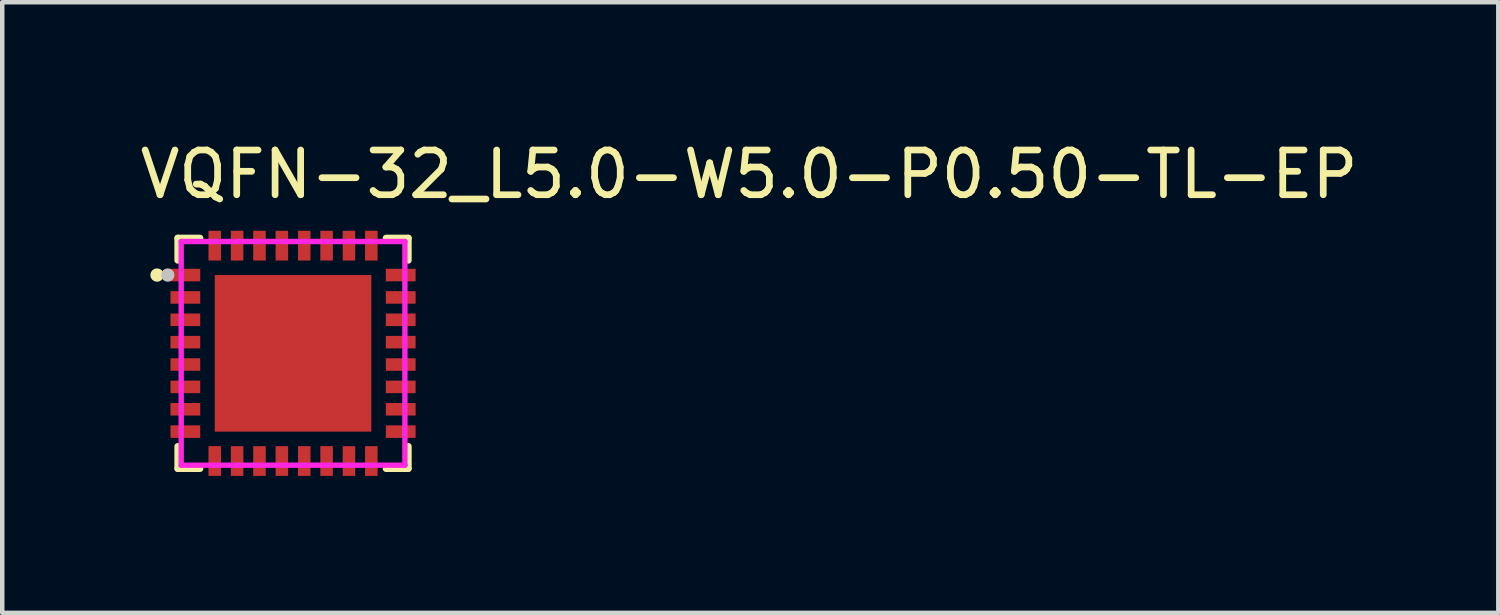
<source format=kicad_pcb>
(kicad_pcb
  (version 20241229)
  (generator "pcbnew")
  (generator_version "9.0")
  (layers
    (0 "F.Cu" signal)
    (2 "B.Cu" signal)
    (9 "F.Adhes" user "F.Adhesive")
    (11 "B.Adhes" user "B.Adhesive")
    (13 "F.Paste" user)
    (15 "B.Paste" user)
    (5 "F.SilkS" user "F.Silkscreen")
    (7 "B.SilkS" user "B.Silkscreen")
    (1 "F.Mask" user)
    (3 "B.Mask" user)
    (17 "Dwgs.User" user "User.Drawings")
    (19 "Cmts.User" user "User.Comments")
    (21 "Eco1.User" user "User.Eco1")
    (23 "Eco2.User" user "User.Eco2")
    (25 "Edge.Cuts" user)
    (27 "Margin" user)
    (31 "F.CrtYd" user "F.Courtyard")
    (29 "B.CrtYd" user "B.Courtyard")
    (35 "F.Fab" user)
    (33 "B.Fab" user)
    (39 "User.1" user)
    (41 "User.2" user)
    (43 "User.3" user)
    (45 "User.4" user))
  (footprint "VQFN-32_L5.0-W5.0-P0.50-TL-EP"
    (layer "F.Cu")
    (at 3.5 4.848)
    (property "Reference" "VQFN-32_L5.0-W5.0-P0.50-TL-EP" (at -3.5 -4 0) (layer "F.SilkS") (effects (font (size 1 1) (thickness 0.15)) (justify left)))
    (attr through_hole)
    (fp_line (start -2.576 -2.576) (end -2.576 -2.08) (stroke (width 0.152) (type solid)) (layer "F.SilkS"))
    (fp_line (start -2.576 2.576) (end -2.576 2.08) (stroke (width 0.152) (type solid)) (layer "F.SilkS"))
    (fp_line (start -2.08 -2.576) (end -2.576 -2.576) (stroke (width 0.152) (type solid)) (layer "F.SilkS"))
    (fp_line (start -2.08 2.576) (end -2.576 2.576) (stroke (width 0.152) (type solid)) (layer "F.SilkS"))
    (fp_line (start 2.08 -2.576) (end 2.576 -2.576) (stroke (width 0.152) (type solid)) (layer "F.SilkS"))
    (fp_line (start 2.08 2.576) (end 2.576 2.576) (stroke (width 0.152) (type solid)) (layer "F.SilkS"))
    (fp_line (start 2.576 -2.576) (end 2.576 -2.08) (stroke (width 0.152) (type solid)) (layer "F.SilkS"))
    (fp_line (start 2.576 2.576) (end 2.576 2.08) (stroke (width 0.152) (type solid)) (layer "F.SilkS"))
    (fp_circle (center -3.04 -1.75) (end -2.965 -1.75) (stroke (width 0.15) (type solid)) (fill no) (layer "F.SilkS"))
    (fp_poly (pts (xy -2.74 -1.89) (xy -2.74 -1.61) (xy -2.075 -1.61) (xy -2.075 -1.89)) (stroke (width 0.12) (type solid)) (fill yes) (layer "F.Paste"))
    (fp_poly (pts (xy -2.74 -1.39) (xy -2.74 -1.11) (xy -2.075 -1.11) (xy -2.075 -1.39)) (stroke (width 0.12) (type solid)) (fill yes) (layer "F.Paste"))
    (fp_poly (pts (xy -2.74 -0.89) (xy -2.74 -0.61) (xy -2.075 -0.61) (xy -2.075 -0.89)) (stroke (width 0.12) (type solid)) (fill yes) (layer "F.Paste"))
    (fp_poly (pts (xy -2.74 -0.39) (xy -2.74 -0.11) (xy -2.075 -0.11) (xy -2.075 -0.39)) (stroke (width 0.12) (type solid)) (fill yes) (layer "F.Paste"))
    (fp_poly (pts (xy -2.74 0.11) (xy -2.74 0.39) (xy -2.075 0.39) (xy -2.075 0.11)) (stroke (width 0.12) (type solid)) (fill yes) (layer "F.Paste"))
    (fp_poly (pts (xy -2.74 0.61) (xy -2.74 0.89) (xy -2.075 0.89) (xy -2.075 0.61)) (stroke (width 0.12) (type solid)) (fill yes) (layer "F.Paste"))
    (fp_poly (pts (xy -2.74 1.11) (xy -2.74 1.39) (xy -2.075 1.39) (xy -2.075 1.11)) (stroke (width 0.12) (type solid)) (fill yes) (layer "F.Paste"))
    (fp_poly (pts (xy -2.74 1.61) (xy -2.74 1.89) (xy -2.075 1.89) (xy -2.075 1.61)) (stroke (width 0.12) (type solid)) (fill yes) (layer "F.Paste"))
    (fp_poly (pts (xy -1.89 2.075) (xy -1.89 2.74) (xy -1.61 2.74) (xy -1.61 2.075)) (stroke (width 0.12) (type solid)) (fill yes) (layer "F.Paste"))
    (fp_poly (pts (xy -1.61 -2.075) (xy -1.61 -2.74) (xy -1.89 -2.74) (xy -1.89 -2.075)) (stroke (width 0.12) (type solid)) (fill yes) (layer "F.Paste"))
    (fp_poly (pts (xy -1.4 -1.4) (xy -1.4 1.4) (xy 1.4 1.4) (xy 1.4 -1.4)) (stroke (width 0.12) (type solid)) (fill yes) (layer "F.Paste"))
    (fp_poly (pts (xy -1.39 2.075) (xy -1.39 2.74) (xy -1.11 2.74) (xy -1.11 2.075)) (stroke (width 0.12) (type solid)) (fill yes) (layer "F.Paste"))
    (fp_poly (pts (xy -1.11 -2.075) (xy -1.11 -2.74) (xy -1.39 -2.74) (xy -1.39 -2.075)) (stroke (width 0.12) (type solid)) (fill yes) (layer "F.Paste"))
    (fp_poly (pts (xy -0.61 -2.075) (xy -0.61 -2.74) (xy -0.89 -2.74) (xy -0.89 -2.075)) (stroke (width 0.12) (type solid)) (fill yes) (layer "F.Paste"))
    (fp_poly (pts (xy -0.61 2.74) (xy -0.61 2.075) (xy -0.89 2.075) (xy -0.89 2.74)) (stroke (width 0.12) (type solid)) (fill yes) (layer "F.Paste"))
    (fp_poly (pts (xy -0.11 -2.075) (xy -0.11 -2.74) (xy -0.39 -2.74) (xy -0.39 -2.075)) (stroke (width 0.12) (type solid)) (fill yes) (layer "F.Paste"))
    (fp_poly (pts (xy -0.11 2.74) (xy -0.11 2.075) (xy -0.39 2.075) (xy -0.39 2.74)) (stroke (width 0.12) (type solid)) (fill yes) (layer "F.Paste"))
    (fp_poly (pts (xy 0.11 -2.74) (xy 0.11 -2.075) (xy 0.39 -2.075) (xy 0.39 -2.74)) (stroke (width 0.12) (type solid)) (fill yes) (layer "F.Paste"))
    (fp_poly (pts (xy 0.39 2.74) (xy 0.39 2.075) (xy 0.11 2.075) (xy 0.11 2.74)) (stroke (width 0.12) (type solid)) (fill yes) (layer "F.Paste"))
    (fp_poly (pts (xy 0.61 -2.74) (xy 0.61 -2.075) (xy 0.89 -2.075) (xy 0.89 -2.74)) (stroke (width 0.12) (type solid)) (fill yes) (layer "F.Paste"))
    (fp_poly (pts (xy 0.89 2.74) (xy 0.89 2.075) (xy 0.61 2.075) (xy 0.61 2.74)) (stroke (width 0.12) (type solid)) (fill yes) (layer "F.Paste"))
    (fp_poly (pts (xy 1.39 -2.075) (xy 1.39 -2.74) (xy 1.11 -2.74) (xy 1.11 -2.075)) (stroke (width 0.12) (type solid)) (fill yes) (layer "F.Paste"))
    (fp_poly (pts (xy 1.39 2.74) (xy 1.39 2.075) (xy 1.11 2.075) (xy 1.11 2.74)) (stroke (width 0.12) (type solid)) (fill yes) (layer "F.Paste"))
    (fp_poly (pts (xy 1.89 -2.075) (xy 1.89 -2.74) (xy 1.61 -2.74) (xy 1.61 -2.075)) (stroke (width 0.12) (type solid)) (fill yes) (layer "F.Paste"))
    (fp_poly (pts (xy 1.89 2.74) (xy 1.89 2.075) (xy 1.61 2.075) (xy 1.61 2.74)) (stroke (width 0.12) (type solid)) (fill yes) (layer "F.Paste"))
    (fp_poly (pts (xy 2.075 1.61) (xy 2.075 1.89) (xy 2.74 1.89) (xy 2.74 1.61)) (stroke (width 0.12) (type solid)) (fill yes) (layer "F.Paste"))
    (fp_poly (pts (xy 2.74 -1.61) (xy 2.74 -1.89) (xy 2.075 -1.89) (xy 2.075 -1.61)) (stroke (width 0.12) (type solid)) (fill yes) (layer "F.Paste"))
    (fp_poly (pts (xy 2.74 -1.11) (xy 2.74 -1.39) (xy 2.075 -1.39) (xy 2.075 -1.11)) (stroke (width 0.12) (type solid)) (fill yes) (layer "F.Paste"))
    (fp_poly (pts (xy 2.74 -0.61) (xy 2.74 -0.89) (xy 2.075 -0.89) (xy 2.075 -0.61)) (stroke (width 0.12) (type solid)) (fill yes) (layer "F.Paste"))
    (fp_poly (pts (xy 2.74 -0.11) (xy 2.74 -0.39) (xy 2.075 -0.39) (xy 2.075 -0.11)) (stroke (width 0.12) (type solid)) (fill yes) (layer "F.Paste"))
    (fp_poly (pts (xy 2.74 0.39) (xy 2.74 0.11) (xy 2.075 0.11) (xy 2.075 0.39)) (stroke (width 0.12) (type solid)) (fill yes) (layer "F.Paste"))
    (fp_poly (pts (xy 2.74 0.89) (xy 2.74 0.61) (xy 2.075 0.61) (xy 2.075 0.89)) (stroke (width 0.12) (type solid)) (fill yes) (layer "F.Paste"))
    (fp_poly (pts (xy 2.74 1.39) (xy 2.74 1.11) (xy 2.075 1.11) (xy 2.075 1.39)) (stroke (width 0.12) (type solid)) (fill yes) (layer "F.Paste"))
    (fp_circle (center -2.8 -1.75) (end -2.725 -1.75) (stroke (width 0.15) (type solid)) (fill no) (layer "Dwgs.User"))
    (fp_circle (center -2.5 -2.5) (end -2.47 -2.5) (stroke (width 0.06) (type solid)) (fill no) (layer "Eco2.User"))
    (fp_poly (pts (xy -2.5 -1.87) (xy -2.1 -1.87) (xy -2.1 -1.63) (xy -2.5 -1.63)) (stroke (width 0.12) (type solid)) (fill no) (layer "Eco2.User"))
    (fp_poly (pts (xy -2.5 -1.37) (xy -2.1 -1.37) (xy -2.1 -1.13) (xy -2.5 -1.13)) (stroke (width 0.12) (type solid)) (fill no) (layer "Eco2.User"))
    (fp_poly (pts (xy -2.5 -0.87) (xy -2.1 -0.87) (xy -2.1 -0.63) (xy -2.5 -0.63)) (stroke (width 0.12) (type solid)) (fill no) (layer "Eco2.User"))
    (fp_poly (pts (xy -2.5 -0.37) (xy -2.1 -0.37) (xy -2.1 -0.13) (xy -2.5 -0.13)) (stroke (width 0.12) (type solid)) (fill no) (layer "Eco2.User"))
    (fp_poly (pts (xy -2.5 0.13) (xy -2.1 0.13) (xy -2.1 0.37) (xy -2.5 0.37)) (stroke (width 0.12) (type solid)) (fill no) (layer "Eco2.User"))
    (fp_poly (pts (xy -2.5 0.63) (xy -2.1 0.63) (xy -2.1 0.87) (xy -2.5 0.87)) (stroke (width 0.12) (type solid)) (fill no) (layer "Eco2.User"))
    (fp_poly (pts (xy -2.5 1.13) (xy -2.1 1.13) (xy -2.1 1.37) (xy -2.5 1.37)) (stroke (width 0.12) (type solid)) (fill no) (layer "Eco2.User"))
    (fp_poly (pts (xy -2.5 1.63) (xy -2.1 1.63) (xy -2.1 1.87) (xy -2.5 1.87)) (stroke (width 0.12) (type solid)) (fill no) (layer "Eco2.User"))
    (fp_poly (pts (xy -1.87 -2.1) (xy -1.63 -2.1) (xy -1.63 -2.5) (xy -1.87 -2.5)) (stroke (width 0.12) (type solid)) (fill no) (layer "Eco2.User"))
    (fp_poly (pts (xy -1.87 2.1) (xy -1.63 2.1) (xy -1.63 2.5) (xy -1.87 2.5)) (stroke (width 0.12) (type solid)) (fill no) (layer "Eco2.User"))
    (fp_poly (pts (xy -1.75 -1.75) (xy 1.75 -1.75) (xy 1.75 1.75) (xy -1.75 1.75)) (stroke (width 0.12) (type solid)) (fill no) (layer "Eco2.User"))
    (fp_poly (pts (xy -1.37 -2.1) (xy -1.13 -2.1) (xy -1.13 -2.5) (xy -1.37 -2.5)) (stroke (width 0.12) (type solid)) (fill no) (layer "Eco2.User"))
    (fp_poly (pts (xy -1.37 2.1) (xy -1.13 2.1) (xy -1.13 2.5) (xy -1.37 2.5)) (stroke (width 0.12) (type solid)) (fill no) (layer "Eco2.User"))
    (fp_poly (pts (xy -0.87 -2.1) (xy -0.63 -2.1) (xy -0.63 -2.5) (xy -0.87 -2.5)) (stroke (width 0.12) (type solid)) (fill no) (layer "Eco2.User"))
    (fp_poly (pts (xy -0.87 2.1) (xy -0.63 2.1) (xy -0.63 2.5) (xy -0.87 2.5)) (stroke (width 0.12) (type solid)) (fill no) (layer "Eco2.User"))
    (fp_poly (pts (xy -0.37 -2.1) (xy -0.13 -2.1) (xy -0.13 -2.5) (xy -0.37 -2.5)) (stroke (width 0.12) (type solid)) (fill no) (layer "Eco2.User"))
    (fp_poly (pts (xy -0.37 2.1) (xy -0.13 2.1) (xy -0.13 2.5) (xy -0.37 2.5)) (stroke (width 0.12) (type solid)) (fill no) (layer "Eco2.User"))
    (fp_poly (pts (xy 0.13 -2.1) (xy 0.37 -2.1) (xy 0.37 -2.5) (xy 0.13 -2.5)) (stroke (width 0.12) (type solid)) (fill no) (layer "Eco2.User"))
    (fp_poly (pts (xy 0.13 2.1) (xy 0.37 2.1) (xy 0.37 2.5) (xy 0.13 2.5)) (stroke (width 0.12) (type solid)) (fill no) (layer "Eco2.User"))
    (fp_poly (pts (xy 0.63 -2.1) (xy 0.87 -2.1) (xy 0.87 -2.5) (xy 0.63 -2.5)) (stroke (width 0.12) (type solid)) (fill no) (layer "Eco2.User"))
    (fp_poly (pts (xy 0.63 2.1) (xy 0.87 2.1) (xy 0.87 2.5) (xy 0.63 2.5)) (stroke (width 0.12) (type solid)) (fill no) (layer "Eco2.User"))
    (fp_poly (pts (xy 1.13 -2.1) (xy 1.37 -2.1) (xy 1.37 -2.5) (xy 1.13 -2.5)) (stroke (width 0.12) (type solid)) (fill no) (layer "Eco2.User"))
    (fp_poly (pts (xy 1.13 2.1) (xy 1.37 2.1) (xy 1.37 2.5) (xy 1.13 2.5)) (stroke (width 0.12) (type solid)) (fill no) (layer "Eco2.User"))
    (fp_poly (pts (xy 1.63 -2.1) (xy 1.87 -2.1) (xy 1.87 -2.5) (xy 1.63 -2.5)) (stroke (width 0.12) (type solid)) (fill no) (layer "Eco2.User"))
    (fp_poly (pts (xy 1.63 2.1) (xy 1.87 2.1) (xy 1.87 2.5) (xy 1.63 2.5)) (stroke (width 0.12) (type solid)) (fill no) (layer "Eco2.User"))
    (fp_poly (pts (xy 2.5 -1.87) (xy 2.1 -1.87) (xy 2.1 -1.63) (xy 2.5 -1.63)) (stroke (width 0.12) (type solid)) (fill no) (layer "Eco2.User"))
    (fp_poly (pts (xy 2.5 -1.37) (xy 2.1 -1.37) (xy 2.1 -1.13) (xy 2.5 -1.13)) (stroke (width 0.12) (type solid)) (fill no) (layer "Eco2.User"))
    (fp_poly (pts (xy 2.5 -0.87) (xy 2.1 -0.87) (xy 2.1 -0.63) (xy 2.5 -0.63)) (stroke (width 0.12) (type solid)) (fill no) (layer "Eco2.User"))
    (fp_poly (pts (xy 2.5 -0.37) (xy 2.1 -0.37) (xy 2.1 -0.13) (xy 2.5 -0.13)) (stroke (width 0.12) (type solid)) (fill no) (layer "Eco2.User"))
    (fp_poly (pts (xy 2.5 0.13) (xy 2.1 0.13) (xy 2.1 0.37) (xy 2.5 0.37)) (stroke (width 0.12) (type solid)) (fill no) (layer "Eco2.User"))
    (fp_poly (pts (xy 2.5 0.63) (xy 2.1 0.63) (xy 2.1 0.87) (xy 2.5 0.87)) (stroke (width 0.12) (type solid)) (fill no) (layer "Eco2.User"))
    (fp_poly (pts (xy 2.5 1.13) (xy 2.1 1.13) (xy 2.1 1.37) (xy 2.5 1.37)) (stroke (width 0.12) (type solid)) (fill no) (layer "Eco2.User"))
    (fp_poly (pts (xy 2.5 1.63) (xy 2.1 1.63) (xy 2.1 1.87) (xy 2.5 1.87)) (stroke (width 0.12) (type solid)) (fill no) (layer "Eco2.User"))
    (fp_line (start -2.5 -2.5) (end 2.5 -2.5) (stroke (width 0.12) (type solid)) (layer "F.CrtYd"))
    (fp_line (start -2.5 2.5) (end -2.5 -2.5) (stroke (width 0.12) (type solid)) (layer "F.CrtYd"))
    (fp_line (start 2.5 -2.5) (end 2.5 2.5) (stroke (width 0.12) (type solid)) (layer "F.CrtYd"))
    (fp_line (start 2.5 2.5) (end -2.5 2.5) (stroke (width 0.12) (type solid)) (layer "F.CrtYd"))
    (pad "1" smd rect (at -2.407 -1.75) (size 0.665 0.28) (layers "F.Cu" "F.Mask" "F.Paste"))
    (pad "2" smd rect (at -2.407 -1.25) (size 0.665 0.28) (layers "F.Cu" "F.Mask" "F.Paste"))
    (pad "3" smd rect (at -2.407 -0.75) (size 0.665 0.28) (layers "F.Cu" "F.Mask" "F.Paste"))
    (pad "4" smd rect (at -2.407 -0.25) (size 0.665 0.28) (layers "F.Cu" "F.Mask" "F.Paste"))
    (pad "5" smd rect (at -2.407 0.25) (size 0.665 0.28) (layers "F.Cu" "F.Mask" "F.Paste"))
    (pad "6" smd rect (at -2.407 0.75) (size 0.665 0.28) (layers "F.Cu" "F.Mask" "F.Paste"))
    (pad "7" smd rect (at -2.407 1.25) (size 0.665 0.28) (layers "F.Cu" "F.Mask" "F.Paste"))
    (pad "8" smd rect (at -2.407 1.75) (size 0.665 0.28) (layers "F.Cu" "F.Mask" "F.Paste"))
    (pad "9" smd rect (at -1.75 2.407) (size 0.28 0.665) (layers "F.Cu" "F.Mask" "F.Paste"))
    (pad "10" smd rect (at -1.25 2.407) (size 0.28 0.665) (layers "F.Cu" "F.Mask" "F.Paste"))
    (pad "11" smd rect (at -0.75 2.407) (size 0.28 0.665) (layers "F.Cu" "F.Mask" "F.Paste"))
    (pad "12" smd rect (at -0.25 2.407) (size 0.28 0.665) (layers "F.Cu" "F.Mask" "F.Paste"))
    (pad "13" smd rect (at 0.25 2.407) (size 0.28 0.665) (layers "F.Cu" "F.Mask" "F.Paste"))
    (pad "14" smd rect (at 0.75 2.407) (size 0.28 0.665) (layers "F.Cu" "F.Mask" "F.Paste"))
    (pad "15" smd rect (at 1.25 2.407) (size 0.28 0.665) (layers "F.Cu" "F.Mask" "F.Paste"))
    (pad "16" smd rect (at 1.75 2.407) (size 0.28 0.665) (layers "F.Cu" "F.Mask" "F.Paste"))
    (pad "17" smd rect (at 2.407 1.75) (size 0.665 0.28) (layers "F.Cu" "F.Mask" "F.Paste"))
    (pad "18" smd rect (at 2.407 1.25) (size 0.665 0.28) (layers "F.Cu" "F.Mask" "F.Paste"))
    (pad "19" smd rect (at 2.407 0.75) (size 0.665 0.28) (layers "F.Cu" "F.Mask" "F.Paste"))
    (pad "20" smd rect (at 2.407 0.25) (size 0.665 0.28) (layers "F.Cu" "F.Mask" "F.Paste"))
    (pad "21" smd rect (at 2.407 -0.25) (size 0.665 0.28) (layers "F.Cu" "F.Mask" "F.Paste"))
    (pad "22" smd rect (at 2.407 -0.75) (size 0.665 0.28) (layers "F.Cu" "F.Mask" "F.Paste"))
    (pad "23" smd rect (at 2.407 -1.25) (size 0.665 0.28) (layers "F.Cu" "F.Mask" "F.Paste"))
    (pad "24" smd rect (at 2.407 -1.75) (size 0.665 0.28) (layers "F.Cu" "F.Mask" "F.Paste"))
    (pad "25" smd rect (at 1.75 -2.407) (size 0.28 0.665) (layers "F.Cu" "F.Mask" "F.Paste"))
    (pad "26" smd rect (at 1.25 -2.407) (size 0.28 0.665) (layers "F.Cu" "F.Mask" "F.Paste"))
    (pad "27" smd rect (at 0.75 -2.407) (size 0.28 0.665) (layers "F.Cu" "F.Mask" "F.Paste"))
    (pad "28" smd rect (at 0.25 -2.407) (size 0.28 0.665) (layers "F.Cu" "F.Mask" "F.Paste"))
    (pad "29" smd rect (at -0.25 -2.407) (size 0.28 0.665) (layers "F.Cu" "F.Mask" "F.Paste"))
    (pad "30" smd rect (at -0.75 -2.407) (size 0.28 0.665) (layers "F.Cu" "F.Mask" "F.Paste"))
    (pad "31" smd rect (at -1.25 -2.407) (size 0.28 0.665) (layers "F.Cu" "F.Mask" "F.Paste"))
    (pad "32" smd rect (at -1.75 -2.407) (size 0.28 0.665) (layers "F.Cu" "F.Mask" "F.Paste"))
    (pad "33" smd rect (at 0 0) (size 3.5 3.5) (layers "F.Cu" "F.Mask" "F.Paste")))
  (gr_rect
    (start -3 -3)
    (end 30.44 10.648)
    (stroke (width 0.1) (type default))
    (fill no)
    (layer "Edge.Cuts")))
</source>
